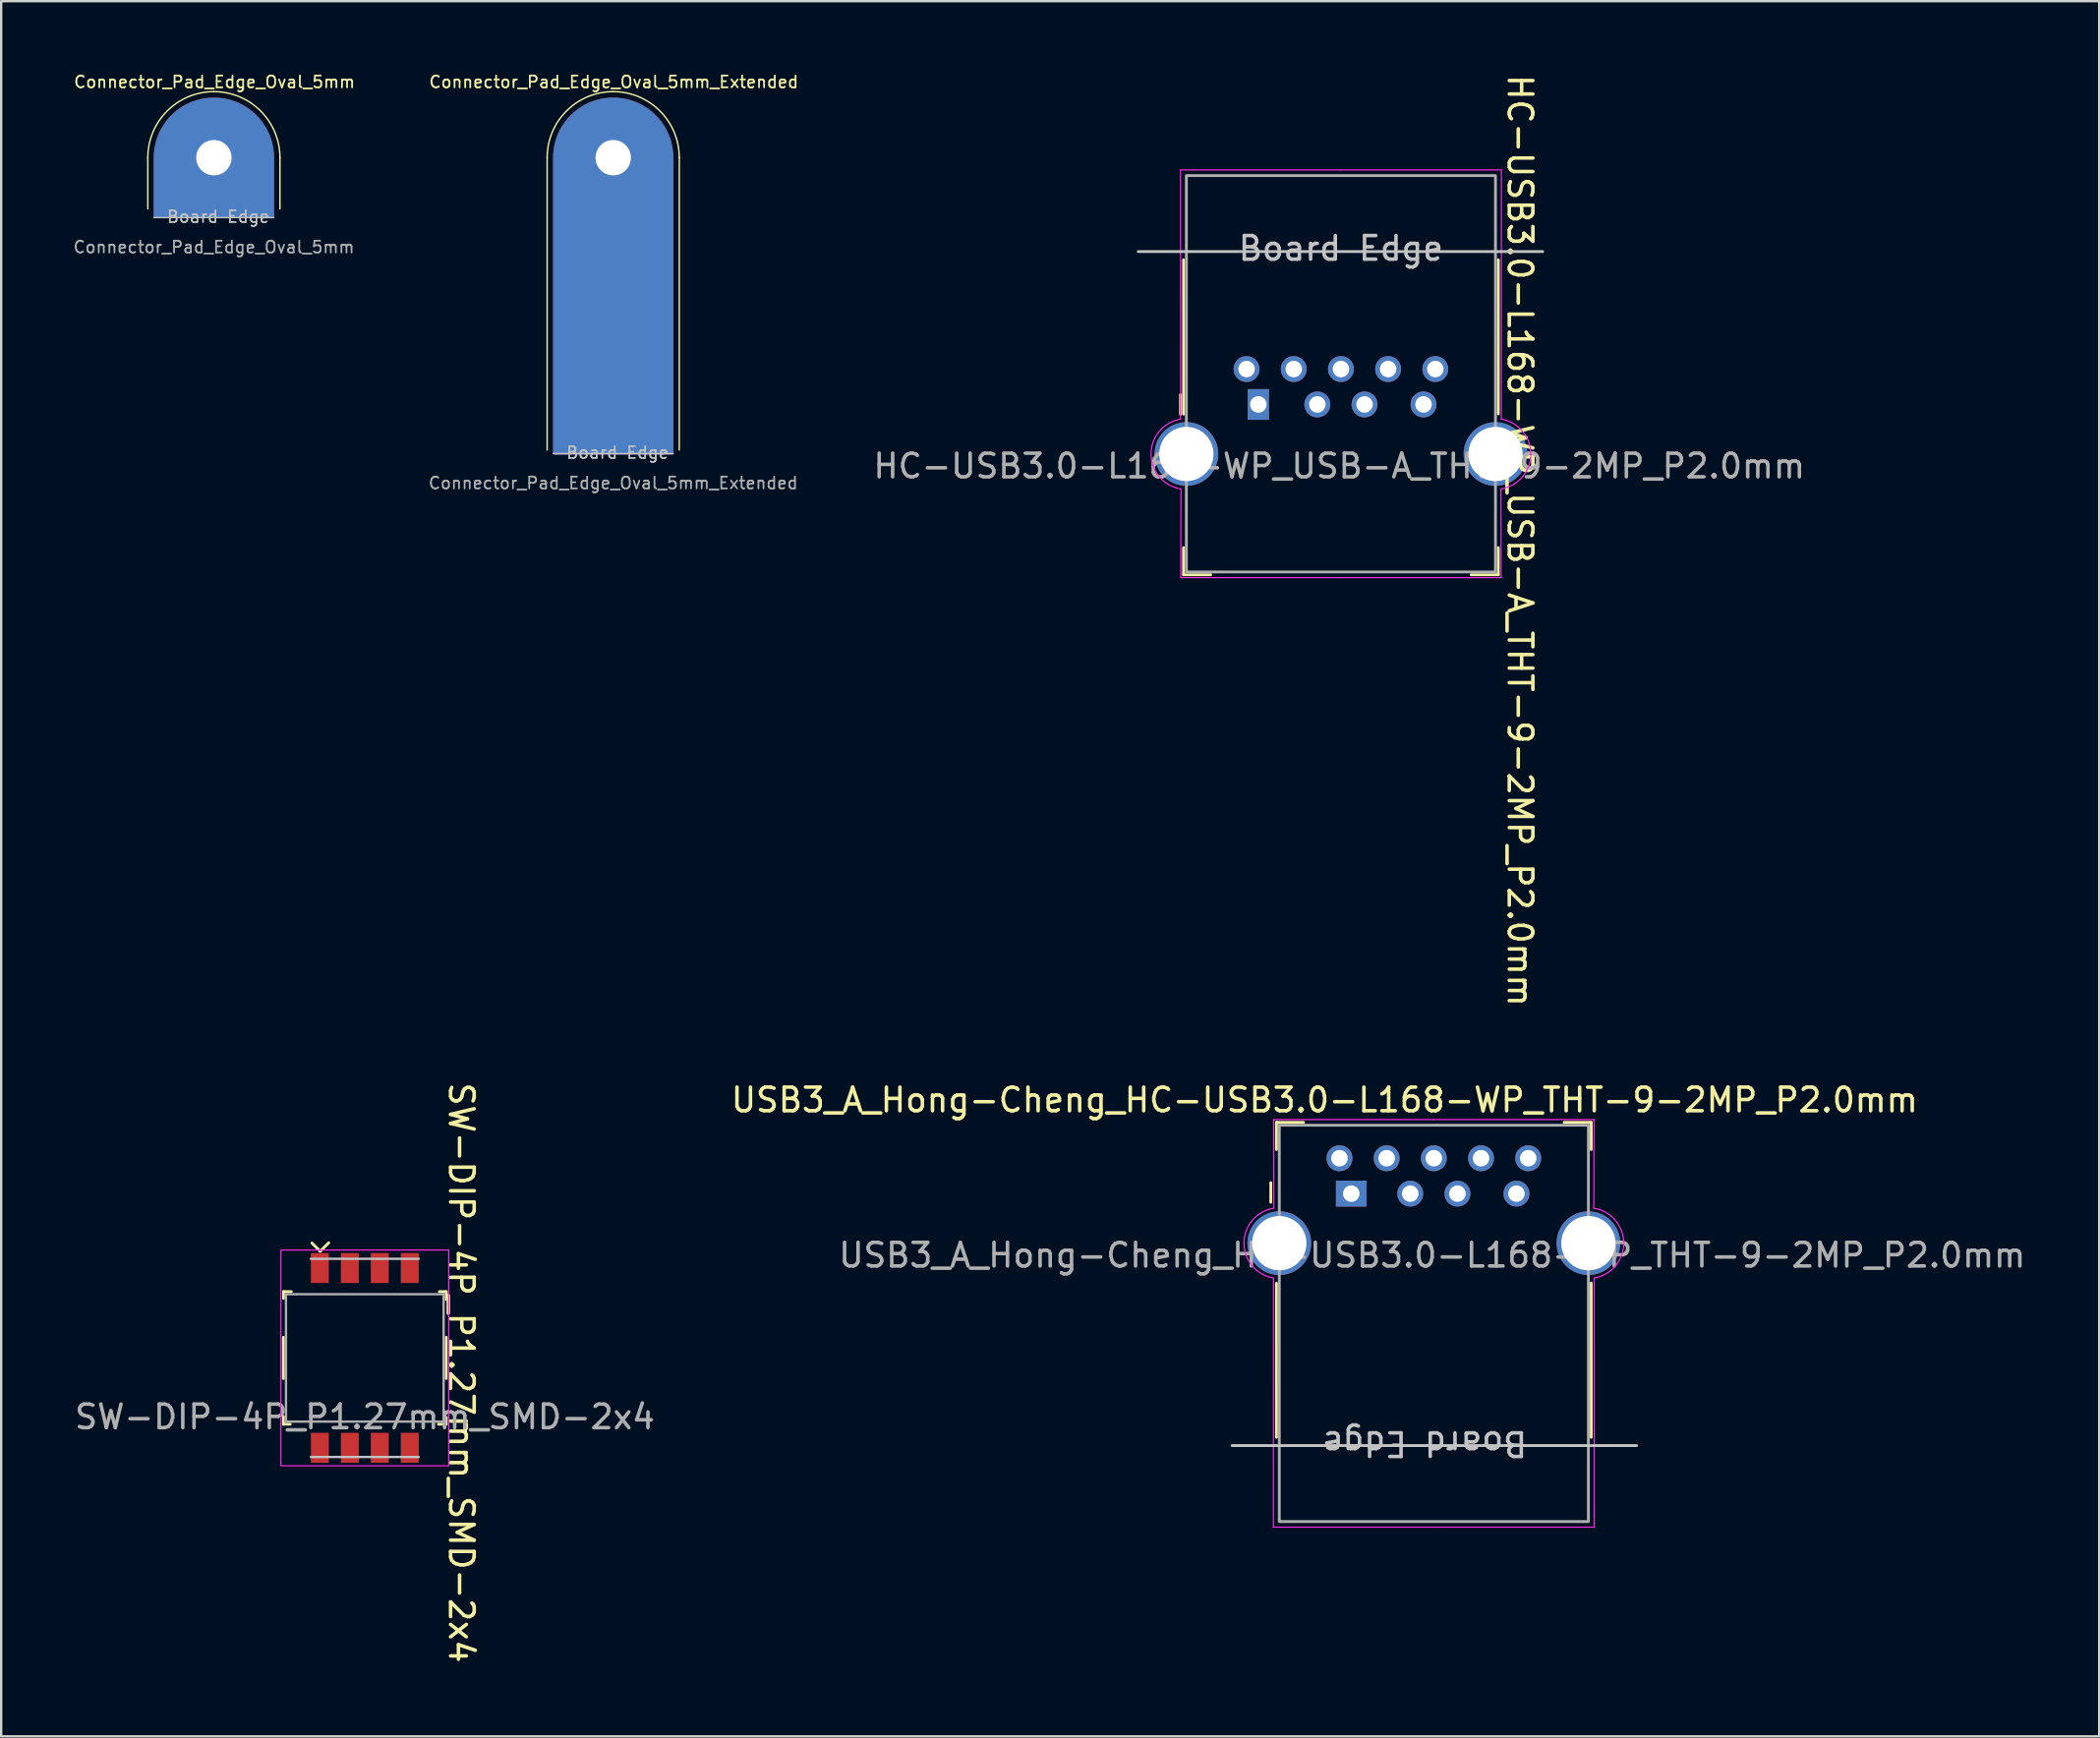
<source format=kicad_pcb>
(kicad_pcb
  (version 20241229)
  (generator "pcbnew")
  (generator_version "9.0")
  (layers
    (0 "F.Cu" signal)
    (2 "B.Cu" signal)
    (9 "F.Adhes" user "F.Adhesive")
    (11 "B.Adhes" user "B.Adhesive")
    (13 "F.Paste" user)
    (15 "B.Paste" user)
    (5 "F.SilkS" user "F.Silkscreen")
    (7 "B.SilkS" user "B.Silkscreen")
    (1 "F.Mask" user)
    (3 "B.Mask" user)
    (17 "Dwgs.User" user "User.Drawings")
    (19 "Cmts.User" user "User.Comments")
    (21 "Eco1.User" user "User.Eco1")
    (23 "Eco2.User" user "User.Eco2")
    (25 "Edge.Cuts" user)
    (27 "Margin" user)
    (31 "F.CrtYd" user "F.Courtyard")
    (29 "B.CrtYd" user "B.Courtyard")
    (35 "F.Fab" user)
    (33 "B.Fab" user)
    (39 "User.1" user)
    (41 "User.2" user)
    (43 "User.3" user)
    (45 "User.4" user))
  (footprint "Connector_Pad_Edge_Oval_5mm"
    (layer "F.Cu")
    (at 6.015 2.034)
    (property "Reference" "Connector_Pad_Edge_Oval_5mm" (at 0.025 -1.61 0) (unlocked yes) (layer "F.SilkS") (effects (font (size 0.5 0.5) (thickness 0.075))))
    (attr smd)
    (fp_line (start -2.8 1.59) (end -2.8 3.77) (stroke (width 0.06) (type default)) (layer "F.SilkS"))
    (fp_line (start 2.8 1.59) (end 2.8 3.77) (stroke (width 0.06) (type default)) (layer "F.SilkS"))
    (fp_arc (start -2.8 1.6) (mid -1.979899 -0.379899) (end 0 -1.2) (stroke (width 0.06) (type default)) (layer "F.SilkS"))
    (fp_arc (start 0 -1.2) (mid 1.979899 -0.379899) (end 2.8 1.6) (stroke (width 0.06) (type default)) (layer "F.SilkS"))
    (fp_line (start -2.54 4.14) (end 2.54 4.14) (stroke (width 0.06) (type default)) (layer "Dwgs.User"))
    (fp_text user "Board Edge" (at -2.032 4.394 0) (unlocked yes) (layer "Dwgs.User") (effects (font (size 0.5 0.5) (thickness 0.075)) (justify left bottom)))
    (fp_text user "${REFERENCE}" (at 0 5.39 0) (unlocked yes) (layer "F.Fab") (effects (font (size 0.5 0.5) (thickness 0.075))))
    (pad "" thru_hole circle (at 0 1.6) (size 1.5 1.5) (drill 1.5) (layers "*.Cu" "*.Mask"))
    (pad "1" smd circle (at 0 -0.08) (size 1 1) (layers "F.Cu" "F.Mask"))
    (pad "1" smd circle (at 0 -0.08) (size 1 1) (layers "B.Cu" "B.Mask"))
    (pad "1" connect custom (at 0 1.6) (size 5.1 5.1) (layers "F.Cu" "F.Mask") (options (anchor circle)) (primitives (gr_poly (pts (xy -2.5 0) (xy 2.5 0) (xy 2.5 2.5) (xy -2.5 2.5)) (width 0.1) (fill yes))))
    (pad "1" connect custom (at 0 1.6) (size 5.1 5.1) (layers "B.Cu" "B.Mask") (options (anchor circle)) (primitives (gr_poly (pts (xy -2.5 0) (xy 2.5 0) (xy 2.5 2.5) (xy -2.5 2.5)) (width 0.1) (fill yes)))))
  (footprint "USB3_A_Hong-Cheng_HC-USB3.0-L168-WP_THT-9-2MP_P2.0mm"
    (layer "F.Cu")
    (at 57.719 46.044)
    (property "Reference" "USB3_A_Hong-Cheng_HC-USB3.0-L168-WP_THT-9-2MP_P2.0mm" (at -4.63 -2.47 0) (unlocked yes) (layer "F.SilkS") (effects (font (size 1 1) (thickness 0.15))))
    (attr through_hole)
    (fp_line (start -6.91 1.865) (end -6.91 1.035) (stroke (width 0.12) (type default)) (layer "F.SilkS"))
    (fp_line (start -6.67 -1.521) (end -6.67 -0.371) (stroke (width 0.12) (type default)) (layer "F.SilkS"))
    (fp_line (start -6.67 11.829) (end -6.67 5.299) (stroke (width 0.12) (type default)) (layer "F.SilkS"))
    (fp_line (start -5.52 -1.521) (end -6.67 -1.521) (stroke (width 0.12) (type default)) (layer "F.SilkS"))
    (fp_line (start 6.67 -1.521) (end 5.52 -1.521) (stroke (width 0.12) (type default)) (layer "F.SilkS"))
    (fp_line (start 6.67 -1.521) (end 6.67 -0.371) (stroke (width 0.12) (type default)) (layer "F.SilkS"))
    (fp_line (start 6.67 11.829) (end 6.67 5.289) (stroke (width 0.12) (type default)) (layer "F.SilkS"))
    (fp_line (start -8.55 12.179) (end 8.59 12.179) (stroke (width 0.12) (type default)) (layer "Dwgs.User"))
    (fp_line (start -6.8 15.639) (end -6.798 5.079) (stroke (width 0.05) (type default)) (layer "F.CrtYd"))
    (fp_line (start -6.8 15.639) (end 0 15.639) (stroke (width 0.05) (type default)) (layer "F.CrtYd"))
    (fp_line (start -6.79 -1.641) (end 0 -1.641) (stroke (width 0.05) (type default)) (layer "F.CrtYd"))
    (fp_line (start -6.78 2.119) (end -6.79 -1.641) (stroke (width 0.05) (type default)) (layer "F.CrtYd"))
    (fp_line (start 6.78 2.119) (end 6.79 -1.641) (stroke (width 0.05) (type default)) (layer "F.CrtYd"))
    (fp_line (start 6.79 -1.641) (end 0 -1.641) (stroke (width 0.05) (type default)) (layer "F.CrtYd"))
    (fp_line (start 6.8 15.639) (end 0 15.639) (stroke (width 0.05) (type default)) (layer "F.CrtYd"))
    (fp_line (start 6.8 15.639) (end 6.798 5.079) (stroke (width 0.05) (type default)) (layer "F.CrtYd"))
    (fp_arc (start -6.797838 5.076151) (mid -8.047736 3.59) (end -6.78 2.119037) (stroke (width 0.05) (type default)) (layer "F.CrtYd"))
    (fp_arc (start 6.78 2.119037) (mid 8.047737 3.59) (end 6.797838 5.076151) (stroke (width 0.05) (type default)) (layer "F.CrtYd"))
    (fp_rect (start 6.55 15.399) (end -6.55 -1.401) (stroke (width 0.12) (type default)) (fill no) (layer "F.Fab"))
    (fp_text user "Board Edge" (at -0.39 11.51 180) (unlocked yes) (layer "Dwgs.User") (effects (font (size 1 1) (thickness 0.15)) (justify bottom)))
    (fp_text user "${REFERENCE}" (at -0.07 4.11 0) (unlocked yes) (layer "F.Fab") (effects (font (size 1 1) (thickness 0.15))))
    (pad "1" thru_hole rect (at -3.5 1.5 90) (size 1.1 1.3) (drill 0.7) (layers "*.Cu" "*.Mask"))
    (pad "2" thru_hole circle (at -1 1.5) (size 1.1 1.1) (drill 0.7) (layers "*.Cu" "*.Mask"))
    (pad "3" thru_hole circle (at 1 1.5) (size 1.1 1.1) (drill 0.7) (layers "*.Cu" "*.Mask"))
    (pad "4" thru_hole circle (at 3.5 1.5) (size 1.1 1.1) (drill 0.7) (layers "*.Cu" "*.Mask"))
    (pad "5" thru_hole circle (at 4 0) (size 1.1 1.1) (drill 0.7) (layers "*.Cu" "*.Mask"))
    (pad "6" thru_hole circle (at 2 0) (size 1.1 1.1) (drill 0.7) (layers "*.Cu" "*.Mask"))
    (pad "7" thru_hole circle (at 0 0) (size 1.1 1.1) (drill 0.7) (layers "*.Cu" "*.Mask"))
    (pad "8" thru_hole circle (at -2 0) (size 1.1 1.1) (drill 0.7) (layers "*.Cu" "*.Mask"))
    (pad "9" thru_hole circle (at -4 0) (size 1.1 1.1) (drill 0.7) (layers "*.Cu" "*.Mask"))
    (pad "10" thru_hole circle (at -6.55 3.6) (size 2.7 2.7) (drill 2.3) (layers "*.Cu" "*.Mask"))
    (pad "10" thru_hole circle (at 6.55 3.6) (size 2.7 2.7) (drill 2.3) (layers "*.Cu" "*.Mask")))
  (footprint "Connector_Pad_Edge_Oval_5mm_Extended"
    (layer "F.Cu")
    (at 22.939 16.174)
    (property "Reference" "Connector_Pad_Edge_Oval_5mm_Extended" (at 0.025 -15.75 0) (unlocked yes) (layer "F.SilkS") (effects (font (size 0.5 0.5) (thickness 0.075))))
    (attr smd)
    (fp_line (start -2.8 -12.55) (end -2.8 -0.15) (stroke (width 0.06) (type default)) (layer "F.SilkS"))
    (fp_line (start 2.8 -12.55) (end 2.8 -0.15) (stroke (width 0.06) (type default)) (layer "F.SilkS"))
    (fp_arc (start -2.8 -12.54) (mid -1.979899 -14.519899) (end 0 -15.34) (stroke (width 0.06) (type default)) (layer "F.SilkS"))
    (fp_arc (start 0 -15.34) (mid 1.979899 -14.519899) (end 2.8 -12.54) (stroke (width 0.06) (type default)) (layer "F.SilkS"))
    (fp_line (start -2.54 0) (end 2.54 0) (stroke (width 0.06) (type default)) (layer "Dwgs.User"))
    (fp_text user "Board Edge" (at -2.032 0.254 0) (unlocked yes) (layer "Dwgs.User") (effects (font (size 0.5 0.5) (thickness 0.075)) (justify left bottom)))
    (fp_text user "${REFERENCE}" (at 0 1.25 0) (unlocked yes) (layer "F.Fab") (effects (font (size 0.5 0.5) (thickness 0.075))))
    (pad "" thru_hole circle (at 0 -12.54) (size 1.8 1.8) (drill 1.5) (layers "*.Cu" "*.Mask"))
    (pad "1" smd circle (at 0 -14.22) (size 1 1) (layers "F.Cu" "F.Mask"))
    (pad "1" smd circle (at 0 -14.22) (size 1 1) (layers "B.Cu" "B.Mask"))
    (pad "1" connect custom (at 0 -12.54) (size 5.1 5.1) (layers "F.Cu" "F.Mask") (options (anchor circle)) (primitives (gr_poly (pts (xy -2.5 12.54) (xy 2.5 12.54) (xy 2.5 0) (xy -2.5 0)) (width 0.1) (fill yes))))
    (pad "1" connect custom (at 0 -12.54) (size 5.1 5.1) (layers "B.Cu" "B.Mask") (options (anchor circle)) (primitives (gr_poly (pts (xy -2.5 12.54) (xy 2.5 12.54) (xy 2.5 0) (xy -2.5 0)) (width 0.1) (fill yes)))))
  (footprint "SW-DIP-4P_P1.27mm_SMD-2x4"
    (layer "F.Cu")
    (at 12.411 54.507)
    (property "Reference" "SW-DIP-4P_P1.27mm_SMD-2x4" (at 4.09 0.63 270) (unlocked yes) (layer "F.SilkS") (effects (font (size 1 1) (thickness 0.15))))
    (attr smd)
    (fp_line (start -3.45 -0.875) (end -3.45 0.875) (stroke (width 0.12) (type default)) (layer "F.SilkS"))
    (fp_line (start -3.45 2.48) (end -3.45 2.81) (stroke (width 0.12) (type default)) (layer "F.SilkS"))
    (fp_line (start -3.45 2.81) (end -3.16 2.81) (stroke (width 0.12) (type default)) (layer "F.SilkS"))
    (fp_line (start -3.445 -2.81) (end -3.445 -2.52) (stroke (width 0.12) (type default)) (layer "F.SilkS"))
    (fp_line (start -3.115 -2.81) (end -3.445 -2.81) (stroke (width 0.12) (type default)) (layer "F.SilkS"))
    (fp_line (start -1.89 -4.52) (end -2.24 -4.87) (stroke (width 0.12) (type default)) (layer "F.SilkS"))
    (fp_line (start -1.89 -4.52) (end -1.53 -4.88) (stroke (width 0.12) (type default)) (layer "F.SilkS"))
    (fp_line (start 3.12 2.81) (end 3.45 2.81) (stroke (width 0.12) (type default)) (layer "F.SilkS"))
    (fp_line (start 3.45 -2.81) (end 3.16 -2.81) (stroke (width 0.12) (type default)) (layer "F.SilkS"))
    (fp_line (start 3.45 -2.48) (end 3.45 -2.81) (stroke (width 0.12) (type default)) (layer "F.SilkS"))
    (fp_line (start 3.45 -0.875) (end 3.45 0.875) (stroke (width 0.12) (type default)) (layer "F.SilkS"))
    (fp_line (start 3.45 2.81) (end 3.45 2.52) (stroke (width 0.12) (type default)) (layer "F.SilkS"))
    (fp_line (start -2.286 -4.2) (end 2.286 -4.2) (stroke (width 0.1) (type default)) (layer "Dwgs.User"))
    (fp_line (start -2.286 4.2) (end 2.286 4.2) (stroke (width 0.1) (type default)) (layer "Dwgs.User"))
    (fp_rect (start 3.556 -4.572) (end -3.556 4.572) (stroke (width 0.05) (type default)) (fill no) (layer "F.CrtYd"))
    (fp_line (start -3.34 -2.7) (end -3.34 2.7) (stroke (width 0.1) (type default)) (layer "F.Fab"))
    (fp_line (start -3.34 -2.7) (end 3.34 -2.7) (stroke (width 0.1) (type default)) (layer "F.Fab"))
    (fp_line (start 3.34 -2.7) (end 3.34 2.7) (stroke (width 0.1) (type default)) (layer "F.Fab"))
    (fp_line (start 3.34 2.7) (end -3.34 2.7) (stroke (width 0.1) (type default)) (layer "F.Fab"))
    (fp_text user "${REFERENCE}" (at 0 2.5 0) (unlocked yes) (layer "F.Fab") (effects (font (size 1 1) (thickness 0.15))))
    (pad "1" smd rect (at -1.905 -3.81) (size 0.76 1.27) (layers "F.Cu" "F.Mask" "F.Paste"))
    (pad "2" smd rect (at -1.905 3.81) (size 0.76 1.27) (layers "F.Cu" "F.Mask" "F.Paste"))
    (pad "3" smd rect (at -0.635 -3.81) (size 0.76 1.27) (layers "F.Cu" "F.Mask" "F.Paste"))
    (pad "4" smd rect (at -0.635 3.81) (size 0.76 1.27) (layers "F.Cu" "F.Mask" "F.Paste"))
    (pad "5" smd rect (at 0.635 -3.81) (size 0.76 1.27) (layers "F.Cu" "F.Mask" "F.Paste"))
    (pad "6" smd rect (at 0.635 3.81) (size 0.76 1.27) (layers "F.Cu" "F.Mask" "F.Paste"))
    (pad "7" smd rect (at 1.905 -3.81) (size 0.76 1.27) (layers "F.Cu" "F.Mask" "F.Paste"))
    (pad "8" smd rect (at 1.905 3.81) (size 0.76 1.27) (layers "F.Cu" "F.Mask" "F.Paste")))
  (footprint "HC-USB3.0-L168-WP_USB-A_THT-9-2MP_P2.0mm"
    (layer "F.Cu")
    (at 53.781 12.593)
    (property "Reference" "HC-USB3.0-L168-WP_USB-A_THT-9-2MP_P2.0mm" (at 7.59 7.27 270) (unlocked yes) (layer "F.SilkS") (effects (font (size 1 1) (thickness 0.15))))
    (attr through_hole)
    (fp_line (start -6.8 1.085) (end -6.8 1.915) (stroke (width 0.12) (type default)) (layer "F.SilkS"))
    (fp_line (start -6.67 -4.63) (end -6.67 1.91) (stroke (width 0.12) (type default)) (layer "F.SilkS"))
    (fp_line (start -6.67 8.72) (end -6.67 7.57) (stroke (width 0.12) (type default)) (layer "F.SilkS"))
    (fp_line (start -6.67 8.72) (end -5.52 8.72) (stroke (width 0.12) (type default)) (layer "F.SilkS"))
    (fp_line (start 5.52 8.72) (end 6.67 8.72) (stroke (width 0.12) (type default)) (layer "F.SilkS"))
    (fp_line (start 6.67 -4.63) (end 6.67 1.9) (stroke (width 0.12) (type default)) (layer "F.SilkS"))
    (fp_line (start 6.67 8.72) (end 6.67 7.57) (stroke (width 0.12) (type default)) (layer "F.SilkS"))
    (fp_line (start 8.55 -4.98) (end -8.59 -4.98) (stroke (width 0.12) (type default)) (layer "Dwgs.User"))
    (fp_line (start -6.8 -8.44) (end -6.798 2.12) (stroke (width 0.05) (type default)) (layer "F.CrtYd"))
    (fp_line (start -6.8 -8.44) (end 0 -8.44) (stroke (width 0.05) (type default)) (layer "F.CrtYd"))
    (fp_line (start -6.79 8.84) (end 0 8.84) (stroke (width 0.05) (type default)) (layer "F.CrtYd"))
    (fp_line (start -6.78 5.08) (end -6.79 8.84) (stroke (width 0.05) (type default)) (layer "F.CrtYd"))
    (fp_line (start 6.78 5.08) (end 6.79 8.84) (stroke (width 0.05) (type default)) (layer "F.CrtYd"))
    (fp_line (start 6.79 8.84) (end 0 8.84) (stroke (width 0.05) (type default)) (layer "F.CrtYd"))
    (fp_line (start 6.8 -8.44) (end 0 -8.44) (stroke (width 0.05) (type default)) (layer "F.CrtYd"))
    (fp_line (start 6.8 -8.44) (end 6.798 2.12) (stroke (width 0.05) (type default)) (layer "F.CrtYd"))
    (fp_arc (start -6.78 5.079998) (mid -8.047737 3.609035) (end -6.797838 2.122884) (stroke (width 0.05) (type default)) (layer "F.CrtYd"))
    (fp_arc (start 6.797838 2.122884) (mid 8.047737 3.609035) (end 6.78 5.079998) (stroke (width 0.05) (type default)) (layer "F.CrtYd"))
    (fp_rect (start -6.55 -8.2) (end 6.55 8.6) (stroke (width 0.12) (type default)) (fill no) (layer "F.Fab"))
    (fp_text user "Board Edge" (at 0 -4.53 0) (unlocked yes) (layer "Dwgs.User") (effects (font (size 1 1) (thickness 0.15)) (justify bottom)))
    (fp_text user "${REFERENCE}" (at -0.07 4.11 0) (unlocked yes) (layer "F.Fab") (effects (font (size 1 1) (thickness 0.15))))
    (pad "1" thru_hole rect (at -3.5 1.5) (size 0.9 1.3) (drill 0.7) (layers "*.Cu" "*.Mask"))
    (pad "2" thru_hole circle (at -1 1.5) (size 1.1 1.1) (drill 0.7) (layers "*.Cu" "*.Mask"))
    (pad "3" thru_hole circle (at 1 1.5) (size 1.1 1.1) (drill 0.7) (layers "*.Cu" "*.Mask"))
    (pad "4" thru_hole circle (at 3.5 1.5) (size 1.1 1.1) (drill 0.7) (layers "*.Cu" "*.Mask"))
    (pad "5" thru_hole circle (at 4 0) (size 1.1 1.1) (drill 0.7) (layers "*.Cu" "*.Mask"))
    (pad "6" thru_hole circle (at 2 0) (size 1.1 1.1) (drill 0.7) (layers "*.Cu" "*.Mask"))
    (pad "7" thru_hole circle (at 0 0) (size 1.1 1.1) (drill 0.7) (layers "*.Cu" "*.Mask"))
    (pad "8" thru_hole circle (at -2 0) (size 1.1 1.1) (drill 0.7) (layers "*.Cu" "*.Mask"))
    (pad "9" thru_hole circle (at -4 0) (size 1.1 1.1) (drill 0.7) (layers "*.Cu" "*.Mask"))
    (pad "MP" thru_hole circle (at -6.55 3.6) (size 2.7 2.7) (drill 2.3) (layers "*.Cu" "*.Mask"))
    (pad "MP" thru_hole circle (at 6.55 3.6) (size 2.7 2.7) (drill 2.3) (layers "*.Cu" "*.Mask")))
  (gr_rect
    (start -3 -3)
    (end 85.917 70.548)
    (stroke (width 0.1) (type default))
    (fill no)
    (layer "Edge.Cuts")))
</source>
